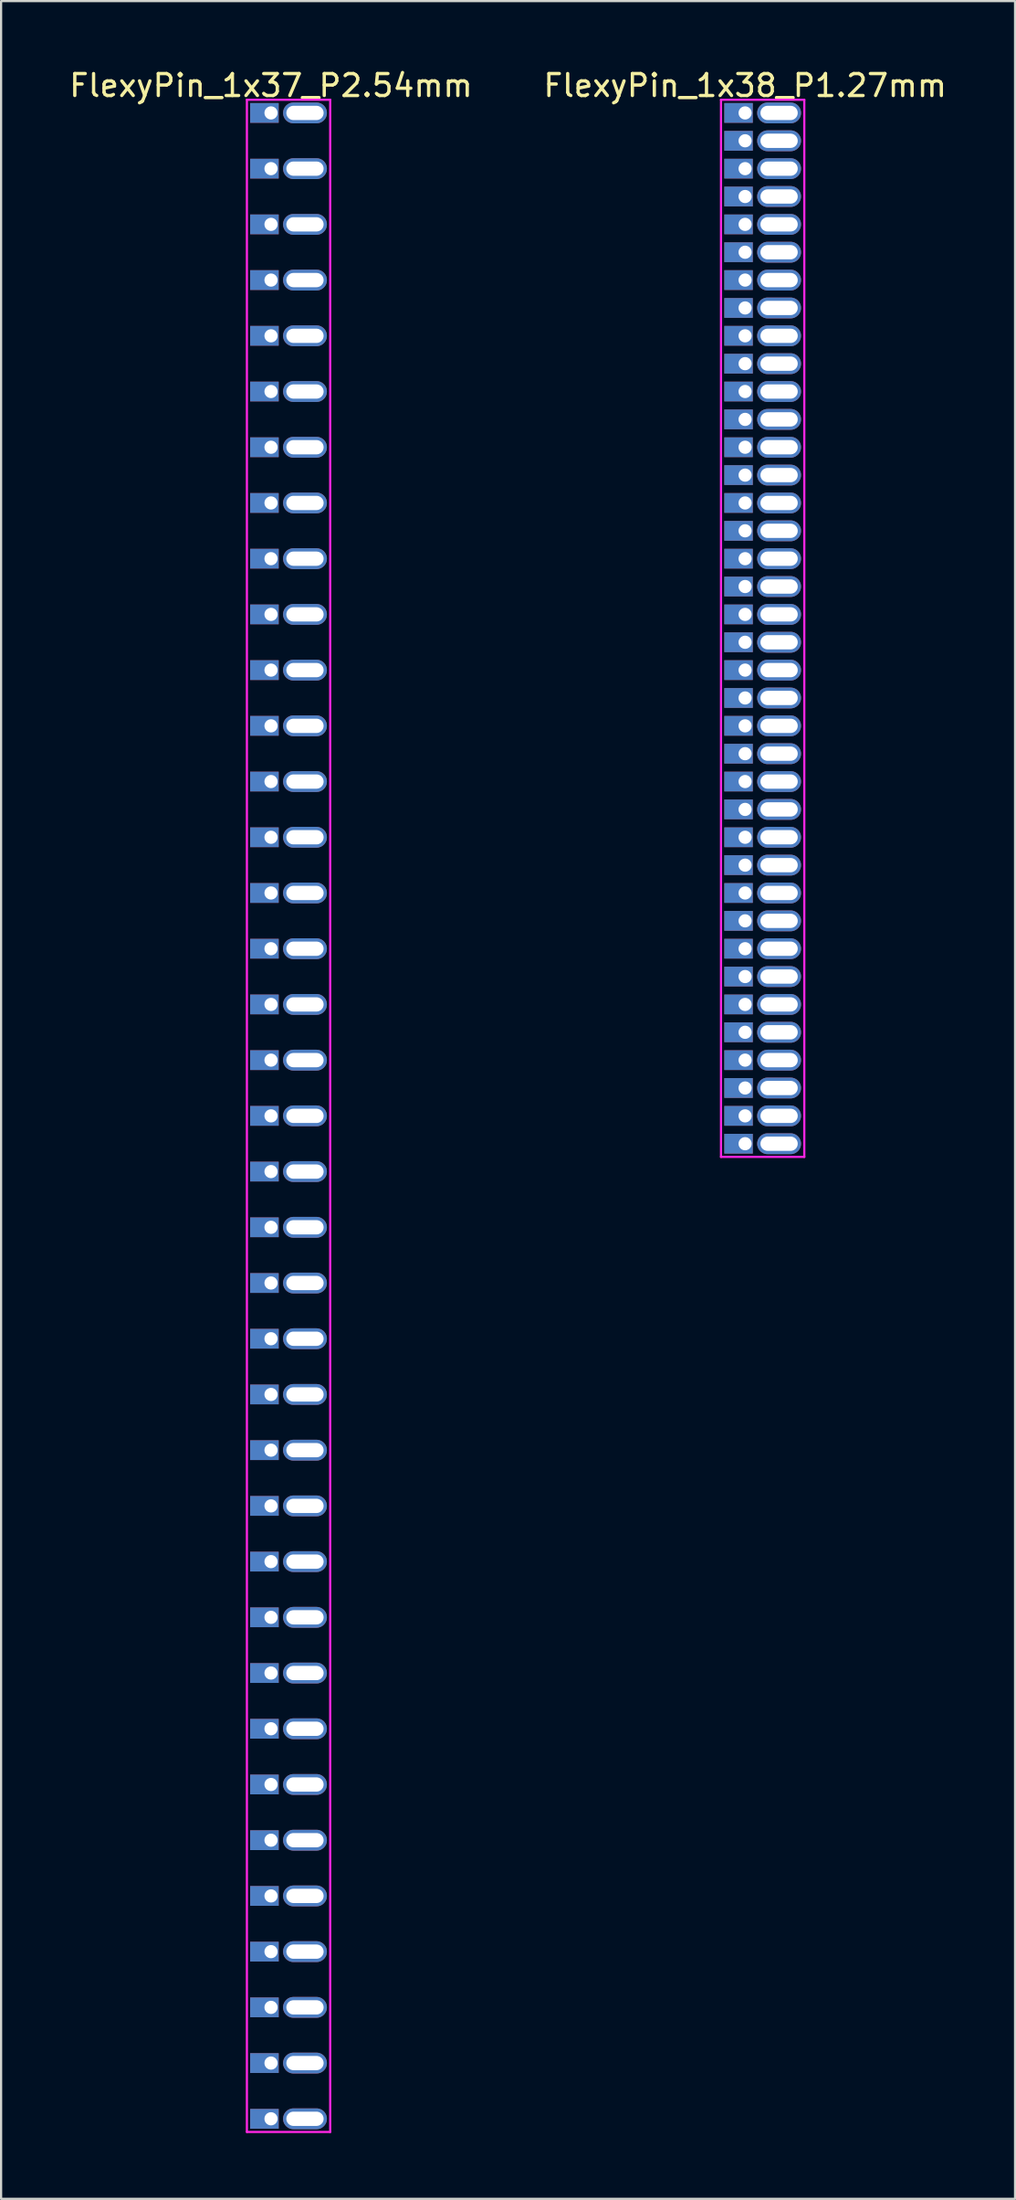
<source format=kicad_pcb>
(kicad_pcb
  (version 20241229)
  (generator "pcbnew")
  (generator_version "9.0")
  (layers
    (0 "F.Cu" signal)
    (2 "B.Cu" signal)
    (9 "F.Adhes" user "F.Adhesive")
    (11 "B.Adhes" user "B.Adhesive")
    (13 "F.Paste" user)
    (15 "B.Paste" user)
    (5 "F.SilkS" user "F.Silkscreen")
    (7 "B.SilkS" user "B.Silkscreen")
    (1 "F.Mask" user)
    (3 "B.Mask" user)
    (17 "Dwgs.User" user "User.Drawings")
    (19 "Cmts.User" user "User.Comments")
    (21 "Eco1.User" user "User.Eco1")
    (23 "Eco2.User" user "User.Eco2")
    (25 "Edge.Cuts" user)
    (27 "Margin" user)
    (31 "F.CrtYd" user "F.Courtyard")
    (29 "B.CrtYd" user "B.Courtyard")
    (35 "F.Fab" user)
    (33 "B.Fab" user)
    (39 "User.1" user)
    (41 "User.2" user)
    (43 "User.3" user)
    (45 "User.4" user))
  (footprint "FlexyPin_1x37_P2.54mm"
    (layer "F.Cu")
    (at 9.315 2.098)
    (property "Reference" "FlexyPin_1x37_P2.54mm" (at 0 -1.25 0) (layer "F.SilkS") (effects (font (size 1 1) (thickness 0.15))))
    (attr through_hole)
    (fp_line (start -1.1 -0.6) (end 2.7 -0.6) (stroke (width 0.1) (type solid)) (layer "F.CrtYd"))
    (fp_line (start -1.1 92.04) (end -1.1 -0.6) (stroke (width 0.1) (type solid)) (layer "F.CrtYd"))
    (fp_line (start 2.7 -0.6) (end 2.7 92.04) (stroke (width 0.1) (type solid)) (layer "F.CrtYd"))
    (fp_line (start 2.7 92.04) (end -1.1 92.04) (stroke (width 0.1) (type solid)) (layer "F.CrtYd"))
    (pad "" thru_hole oval (at 1.55 0) (size 2 0.95) (drill oval 1.7 0.65) (layers "*.Cu" "*.Mask"))
    (pad "" thru_hole oval (at 1.55 2.54) (size 2 0.95) (drill oval 1.7 0.65) (layers "*.Cu" "*.Mask"))
    (pad "" thru_hole oval (at 1.55 5.08) (size 2 0.95) (drill oval 1.7 0.65) (layers "*.Cu" "*.Mask"))
    (pad "" thru_hole oval (at 1.55 7.62) (size 2 0.95) (drill oval 1.7 0.65) (layers "*.Cu" "*.Mask"))
    (pad "" thru_hole oval (at 1.55 10.16) (size 2 0.95) (drill oval 1.7 0.65) (layers "*.Cu" "*.Mask"))
    (pad "" thru_hole oval (at 1.55 12.7) (size 2 0.95) (drill oval 1.7 0.65) (layers "*.Cu" "*.Mask"))
    (pad "" thru_hole oval (at 1.55 15.24) (size 2 0.95) (drill oval 1.7 0.65) (layers "*.Cu" "*.Mask"))
    (pad "" thru_hole oval (at 1.55 17.78) (size 2 0.95) (drill oval 1.7 0.65) (layers "*.Cu" "*.Mask"))
    (pad "" thru_hole oval (at 1.55 20.32) (size 2 0.95) (drill oval 1.7 0.65) (layers "*.Cu" "*.Mask"))
    (pad "" thru_hole oval (at 1.55 22.86) (size 2 0.95) (drill oval 1.7 0.65) (layers "*.Cu" "*.Mask"))
    (pad "" thru_hole oval (at 1.55 25.4) (size 2 0.95) (drill oval 1.7 0.65) (layers "*.Cu" "*.Mask"))
    (pad "" thru_hole oval (at 1.55 27.94) (size 2 0.95) (drill oval 1.7 0.65) (layers "*.Cu" "*.Mask"))
    (pad "" thru_hole oval (at 1.55 30.48) (size 2 0.95) (drill oval 1.7 0.65) (layers "*.Cu" "*.Mask"))
    (pad "" thru_hole oval (at 1.55 33.02) (size 2 0.95) (drill oval 1.7 0.65) (layers "*.Cu" "*.Mask"))
    (pad "" thru_hole oval (at 1.55 35.56) (size 2 0.95) (drill oval 1.7 0.65) (layers "*.Cu" "*.Mask"))
    (pad "" thru_hole oval (at 1.55 38.1) (size 2 0.95) (drill oval 1.7 0.65) (layers "*.Cu" "*.Mask"))
    (pad "" thru_hole oval (at 1.55 40.64) (size 2 0.95) (drill oval 1.7 0.65) (layers "*.Cu" "*.Mask"))
    (pad "" thru_hole oval (at 1.55 43.18) (size 2 0.95) (drill oval 1.7 0.65) (layers "*.Cu" "*.Mask"))
    (pad "" thru_hole oval (at 1.55 45.72) (size 2 0.95) (drill oval 1.7 0.65) (layers "*.Cu" "*.Mask"))
    (pad "" thru_hole oval (at 1.55 48.26) (size 2 0.95) (drill oval 1.7 0.65) (layers "*.Cu" "*.Mask"))
    (pad "" thru_hole oval (at 1.55 50.8) (size 2 0.95) (drill oval 1.7 0.65) (layers "*.Cu" "*.Mask"))
    (pad "" thru_hole oval (at 1.55 53.34) (size 2 0.95) (drill oval 1.7 0.65) (layers "*.Cu" "*.Mask"))
    (pad "" thru_hole oval (at 1.55 55.88) (size 2 0.95) (drill oval 1.7 0.65) (layers "*.Cu" "*.Mask"))
    (pad "" thru_hole oval (at 1.55 58.42) (size 2 0.95) (drill oval 1.7 0.65) (layers "*.Cu" "*.Mask"))
    (pad "" thru_hole oval (at 1.55 60.96) (size 2 0.95) (drill oval 1.7 0.65) (layers "*.Cu" "*.Mask"))
    (pad "" thru_hole oval (at 1.55 63.5) (size 2 0.95) (drill oval 1.7 0.65) (layers "*.Cu" "*.Mask"))
    (pad "" thru_hole oval (at 1.55 66.04) (size 2 0.95) (drill oval 1.7 0.65) (layers "*.Cu" "*.Mask"))
    (pad "" thru_hole oval (at 1.55 68.58) (size 2 0.95) (drill oval 1.7 0.65) (layers "*.Cu" "*.Mask"))
    (pad "" thru_hole oval (at 1.55 71.12) (size 2 0.95) (drill oval 1.7 0.65) (layers "*.Cu" "*.Mask"))
    (pad "" thru_hole oval (at 1.55 73.66) (size 2 0.95) (drill oval 1.7 0.65) (layers "*.Cu" "*.Mask"))
    (pad "" thru_hole oval (at 1.55 76.2) (size 2 0.95) (drill oval 1.7 0.65) (layers "*.Cu" "*.Mask"))
    (pad "" thru_hole oval (at 1.55 78.74) (size 2 0.95) (drill oval 1.7 0.65) (layers "*.Cu" "*.Mask"))
    (pad "" thru_hole oval (at 1.55 81.28) (size 2 0.95) (drill oval 1.7 0.65) (layers "*.Cu" "*.Mask"))
    (pad "" thru_hole oval (at 1.55 83.82) (size 2 0.95) (drill oval 1.7 0.65) (layers "*.Cu" "*.Mask"))
    (pad "" thru_hole oval (at 1.55 86.36) (size 2 0.95) (drill oval 1.7 0.65) (layers "*.Cu" "*.Mask"))
    (pad "" thru_hole oval (at 1.55 88.9) (size 2 0.95) (drill oval 1.7 0.65) (layers "*.Cu" "*.Mask"))
    (pad "" thru_hole oval (at 1.55 91.44) (size 2 0.95) (drill oval 1.7 0.65) (layers "*.Cu" "*.Mask"))
    (pad "1" thru_hole rect (at 0 0) (size 1.3 0.9) (drill 0.6 (offset -0.3 0)) (layers "*.Cu" "*.Mask"))
    (pad "2" thru_hole rect (at 0 2.54) (size 1.3 0.9) (drill 0.6 (offset -0.3 0)) (layers "*.Cu" "*.Mask"))
    (pad "3" thru_hole rect (at 0 5.08) (size 1.3 0.9) (drill 0.6 (offset -0.3 0)) (layers "*.Cu" "*.Mask"))
    (pad "4" thru_hole rect (at 0 7.62) (size 1.3 0.9) (drill 0.6 (offset -0.3 0)) (layers "*.Cu" "*.Mask"))
    (pad "5" thru_hole rect (at 0 10.16) (size 1.3 0.9) (drill 0.6 (offset -0.3 0)) (layers "*.Cu" "*.Mask"))
    (pad "6" thru_hole rect (at 0 12.7) (size 1.3 0.9) (drill 0.6 (offset -0.3 0)) (layers "*.Cu" "*.Mask"))
    (pad "7" thru_hole rect (at 0 15.24) (size 1.3 0.9) (drill 0.6 (offset -0.3 0)) (layers "*.Cu" "*.Mask"))
    (pad "8" thru_hole rect (at 0 17.78) (size 1.3 0.9) (drill 0.6 (offset -0.3 0)) (layers "*.Cu" "*.Mask"))
    (pad "9" thru_hole rect (at 0 20.32) (size 1.3 0.9) (drill 0.6 (offset -0.3 0)) (layers "*.Cu" "*.Mask"))
    (pad "10" thru_hole rect (at 0 22.86) (size 1.3 0.9) (drill 0.6 (offset -0.3 0)) (layers "*.Cu" "*.Mask"))
    (pad "11" thru_hole rect (at 0 25.4) (size 1.3 0.9) (drill 0.6 (offset -0.3 0)) (layers "*.Cu" "*.Mask"))
    (pad "12" thru_hole rect (at 0 27.94) (size 1.3 0.9) (drill 0.6 (offset -0.3 0)) (layers "*.Cu" "*.Mask"))
    (pad "13" thru_hole rect (at 0 30.48) (size 1.3 0.9) (drill 0.6 (offset -0.3 0)) (layers "*.Cu" "*.Mask"))
    (pad "14" thru_hole rect (at 0 33.02) (size 1.3 0.9) (drill 0.6 (offset -0.3 0)) (layers "*.Cu" "*.Mask"))
    (pad "15" thru_hole rect (at 0 35.56) (size 1.3 0.9) (drill 0.6 (offset -0.3 0)) (layers "*.Cu" "*.Mask"))
    (pad "16" thru_hole rect (at 0 38.1) (size 1.3 0.9) (drill 0.6 (offset -0.3 0)) (layers "*.Cu" "*.Mask"))
    (pad "17" thru_hole rect (at 0 40.64) (size 1.3 0.9) (drill 0.6 (offset -0.3 0)) (layers "*.Cu" "*.Mask"))
    (pad "18" thru_hole rect (at 0 43.18) (size 1.3 0.9) (drill 0.6 (offset -0.3 0)) (layers "*.Cu" "*.Mask"))
    (pad "19" thru_hole rect (at 0 45.72) (size 1.3 0.9) (drill 0.6 (offset -0.3 0)) (layers "*.Cu" "*.Mask"))
    (pad "20" thru_hole rect (at 0 48.26) (size 1.3 0.9) (drill 0.6 (offset -0.3 0)) (layers "*.Cu" "*.Mask"))
    (pad "21" thru_hole rect (at 0 50.8) (size 1.3 0.9) (drill 0.6 (offset -0.3 0)) (layers "*.Cu" "*.Mask"))
    (pad "22" thru_hole rect (at 0 53.34) (size 1.3 0.9) (drill 0.6 (offset -0.3 0)) (layers "*.Cu" "*.Mask"))
    (pad "23" thru_hole rect (at 0 55.88) (size 1.3 0.9) (drill 0.6 (offset -0.3 0)) (layers "*.Cu" "*.Mask"))
    (pad "24" thru_hole rect (at 0 58.42) (size 1.3 0.9) (drill 0.6 (offset -0.3 0)) (layers "*.Cu" "*.Mask"))
    (pad "25" thru_hole rect (at 0 60.96) (size 1.3 0.9) (drill 0.6 (offset -0.3 0)) (layers "*.Cu" "*.Mask"))
    (pad "26" thru_hole rect (at 0 63.5) (size 1.3 0.9) (drill 0.6 (offset -0.3 0)) (layers "*.Cu" "*.Mask"))
    (pad "27" thru_hole rect (at 0 66.04) (size 1.3 0.9) (drill 0.6 (offset -0.3 0)) (layers "*.Cu" "*.Mask"))
    (pad "28" thru_hole rect (at 0 68.58) (size 1.3 0.9) (drill 0.6 (offset -0.3 0)) (layers "*.Cu" "*.Mask"))
    (pad "29" thru_hole rect (at 0 71.12) (size 1.3 0.9) (drill 0.6 (offset -0.3 0)) (layers "*.Cu" "*.Mask"))
    (pad "30" thru_hole rect (at 0 73.66) (size 1.3 0.9) (drill 0.6 (offset -0.3 0)) (layers "*.Cu" "*.Mask"))
    (pad "31" thru_hole rect (at 0 76.2) (size 1.3 0.9) (drill 0.6 (offset -0.3 0)) (layers "*.Cu" "*.Mask"))
    (pad "32" thru_hole rect (at 0 78.74) (size 1.3 0.9) (drill 0.6 (offset -0.3 0)) (layers "*.Cu" "*.Mask"))
    (pad "33" thru_hole rect (at 0 81.28) (size 1.3 0.9) (drill 0.6 (offset -0.3 0)) (layers "*.Cu" "*.Mask"))
    (pad "34" thru_hole rect (at 0 83.82) (size 1.3 0.9) (drill 0.6 (offset -0.3 0)) (layers "*.Cu" "*.Mask"))
    (pad "35" thru_hole rect (at 0 86.36) (size 1.3 0.9) (drill 0.6 (offset -0.3 0)) (layers "*.Cu" "*.Mask"))
    (pad "36" thru_hole rect (at 0 88.9) (size 1.3 0.9) (drill 0.6 (offset -0.3 0)) (layers "*.Cu" "*.Mask"))
    (pad "37" thru_hole rect (at 0 91.44) (size 1.3 0.9) (drill 0.6 (offset -0.3 0)) (layers "*.Cu" "*.Mask")))
  (footprint "FlexyPin_1x38_P1.27mm"
    (layer "F.Cu")
    (at 30.946 2.098)
    (property "Reference" "FlexyPin_1x38_P1.27mm" (at 0 -1.25 0) (layer "F.SilkS") (effects (font (size 1 1) (thickness 0.15))))
    (attr through_hole)
    (fp_line (start -1.1 -0.6) (end 2.7 -0.6) (stroke (width 0.1) (type solid)) (layer "F.CrtYd"))
    (fp_line (start -1.1 47.59) (end -1.1 -0.6) (stroke (width 0.1) (type solid)) (layer "F.CrtYd"))
    (fp_line (start 2.7 -0.6) (end 2.7 47.59) (stroke (width 0.1) (type solid)) (layer "F.CrtYd"))
    (fp_line (start 2.7 47.59) (end -1.1 47.59) (stroke (width 0.1) (type solid)) (layer "F.CrtYd"))
    (pad "" thru_hole oval (at 1.55 0) (size 2 0.95) (drill oval 1.7 0.65) (layers "*.Cu" "*.Mask"))
    (pad "" thru_hole oval (at 1.55 1.27) (size 2 0.95) (drill oval 1.7 0.65) (layers "*.Cu" "*.Mask"))
    (pad "" thru_hole oval (at 1.55 2.54) (size 2 0.95) (drill oval 1.7 0.65) (layers "*.Cu" "*.Mask"))
    (pad "" thru_hole oval (at 1.55 3.81) (size 2 0.95) (drill oval 1.7 0.65) (layers "*.Cu" "*.Mask"))
    (pad "" thru_hole oval (at 1.55 5.08) (size 2 0.95) (drill oval 1.7 0.65) (layers "*.Cu" "*.Mask"))
    (pad "" thru_hole oval (at 1.55 6.35) (size 2 0.95) (drill oval 1.7 0.65) (layers "*.Cu" "*.Mask"))
    (pad "" thru_hole oval (at 1.55 7.62) (size 2 0.95) (drill oval 1.7 0.65) (layers "*.Cu" "*.Mask"))
    (pad "" thru_hole oval (at 1.55 8.89) (size 2 0.95) (drill oval 1.7 0.65) (layers "*.Cu" "*.Mask"))
    (pad "" thru_hole oval (at 1.55 10.16) (size 2 0.95) (drill oval 1.7 0.65) (layers "*.Cu" "*.Mask"))
    (pad "" thru_hole oval (at 1.55 11.43) (size 2 0.95) (drill oval 1.7 0.65) (layers "*.Cu" "*.Mask"))
    (pad "" thru_hole oval (at 1.55 12.7) (size 2 0.95) (drill oval 1.7 0.65) (layers "*.Cu" "*.Mask"))
    (pad "" thru_hole oval (at 1.55 13.97) (size 2 0.95) (drill oval 1.7 0.65) (layers "*.Cu" "*.Mask"))
    (pad "" thru_hole oval (at 1.55 15.24) (size 2 0.95) (drill oval 1.7 0.65) (layers "*.Cu" "*.Mask"))
    (pad "" thru_hole oval (at 1.55 16.51) (size 2 0.95) (drill oval 1.7 0.65) (layers "*.Cu" "*.Mask"))
    (pad "" thru_hole oval (at 1.55 17.78) (size 2 0.95) (drill oval 1.7 0.65) (layers "*.Cu" "*.Mask"))
    (pad "" thru_hole oval (at 1.55 19.05) (size 2 0.95) (drill oval 1.7 0.65) (layers "*.Cu" "*.Mask"))
    (pad "" thru_hole oval (at 1.55 20.32) (size 2 0.95) (drill oval 1.7 0.65) (layers "*.Cu" "*.Mask"))
    (pad "" thru_hole oval (at 1.55 21.59) (size 2 0.95) (drill oval 1.7 0.65) (layers "*.Cu" "*.Mask"))
    (pad "" thru_hole oval (at 1.55 22.86) (size 2 0.95) (drill oval 1.7 0.65) (layers "*.Cu" "*.Mask"))
    (pad "" thru_hole oval (at 1.55 24.13) (size 2 0.95) (drill oval 1.7 0.65) (layers "*.Cu" "*.Mask"))
    (pad "" thru_hole oval (at 1.55 25.4) (size 2 0.95) (drill oval 1.7 0.65) (layers "*.Cu" "*.Mask"))
    (pad "" thru_hole oval (at 1.55 26.67) (size 2 0.95) (drill oval 1.7 0.65) (layers "*.Cu" "*.Mask"))
    (pad "" thru_hole oval (at 1.55 27.94) (size 2 0.95) (drill oval 1.7 0.65) (layers "*.Cu" "*.Mask"))
    (pad "" thru_hole oval (at 1.55 29.21) (size 2 0.95) (drill oval 1.7 0.65) (layers "*.Cu" "*.Mask"))
    (pad "" thru_hole oval (at 1.55 30.48) (size 2 0.95) (drill oval 1.7 0.65) (layers "*.Cu" "*.Mask"))
    (pad "" thru_hole oval (at 1.55 31.75) (size 2 0.95) (drill oval 1.7 0.65) (layers "*.Cu" "*.Mask"))
    (pad "" thru_hole oval (at 1.55 33.02) (size 2 0.95) (drill oval 1.7 0.65) (layers "*.Cu" "*.Mask"))
    (pad "" thru_hole oval (at 1.55 34.29) (size 2 0.95) (drill oval 1.7 0.65) (layers "*.Cu" "*.Mask"))
    (pad "" thru_hole oval (at 1.55 35.56) (size 2 0.95) (drill oval 1.7 0.65) (layers "*.Cu" "*.Mask"))
    (pad "" thru_hole oval (at 1.55 36.83) (size 2 0.95) (drill oval 1.7 0.65) (layers "*.Cu" "*.Mask"))
    (pad "" thru_hole oval (at 1.55 38.1) (size 2 0.95) (drill oval 1.7 0.65) (layers "*.Cu" "*.Mask"))
    (pad "" thru_hole oval (at 1.55 39.37) (size 2 0.95) (drill oval 1.7 0.65) (layers "*.Cu" "*.Mask"))
    (pad "" thru_hole oval (at 1.55 40.64) (size 2 0.95) (drill oval 1.7 0.65) (layers "*.Cu" "*.Mask"))
    (pad "" thru_hole oval (at 1.55 41.91) (size 2 0.95) (drill oval 1.7 0.65) (layers "*.Cu" "*.Mask"))
    (pad "" thru_hole oval (at 1.55 43.18) (size 2 0.95) (drill oval 1.7 0.65) (layers "*.Cu" "*.Mask"))
    (pad "" thru_hole oval (at 1.55 44.45) (size 2 0.95) (drill oval 1.7 0.65) (layers "*.Cu" "*.Mask"))
    (pad "" thru_hole oval (at 1.55 45.72) (size 2 0.95) (drill oval 1.7 0.65) (layers "*.Cu" "*.Mask"))
    (pad "" thru_hole oval (at 1.55 46.99) (size 2 0.95) (drill oval 1.7 0.65) (layers "*.Cu" "*.Mask"))
    (pad "1" thru_hole rect (at 0 0) (size 1.3 0.9) (drill 0.6 (offset -0.3 0)) (layers "*.Cu" "*.Mask"))
    (pad "2" thru_hole rect (at 0 1.27) (size 1.3 0.9) (drill 0.6 (offset -0.3 0)) (layers "*.Cu" "*.Mask"))
    (pad "3" thru_hole rect (at 0 2.54) (size 1.3 0.9) (drill 0.6 (offset -0.3 0)) (layers "*.Cu" "*.Mask"))
    (pad "4" thru_hole rect (at 0 3.81) (size 1.3 0.9) (drill 0.6 (offset -0.3 0)) (layers "*.Cu" "*.Mask"))
    (pad "5" thru_hole rect (at 0 5.08) (size 1.3 0.9) (drill 0.6 (offset -0.3 0)) (layers "*.Cu" "*.Mask"))
    (pad "6" thru_hole rect (at 0 6.35) (size 1.3 0.9) (drill 0.6 (offset -0.3 0)) (layers "*.Cu" "*.Mask"))
    (pad "7" thru_hole rect (at 0 7.62) (size 1.3 0.9) (drill 0.6 (offset -0.3 0)) (layers "*.Cu" "*.Mask"))
    (pad "8" thru_hole rect (at 0 8.89) (size 1.3 0.9) (drill 0.6 (offset -0.3 0)) (layers "*.Cu" "*.Mask"))
    (pad "9" thru_hole rect (at 0 10.16) (size 1.3 0.9) (drill 0.6 (offset -0.3 0)) (layers "*.Cu" "*.Mask"))
    (pad "10" thru_hole rect (at 0 11.43) (size 1.3 0.9) (drill 0.6 (offset -0.3 0)) (layers "*.Cu" "*.Mask"))
    (pad "11" thru_hole rect (at 0 12.7) (size 1.3 0.9) (drill 0.6 (offset -0.3 0)) (layers "*.Cu" "*.Mask"))
    (pad "12" thru_hole rect (at 0 13.97) (size 1.3 0.9) (drill 0.6 (offset -0.3 0)) (layers "*.Cu" "*.Mask"))
    (pad "13" thru_hole rect (at 0 15.24) (size 1.3 0.9) (drill 0.6 (offset -0.3 0)) (layers "*.Cu" "*.Mask"))
    (pad "14" thru_hole rect (at 0 16.51) (size 1.3 0.9) (drill 0.6 (offset -0.3 0)) (layers "*.Cu" "*.Mask"))
    (pad "15" thru_hole rect (at 0 17.78) (size 1.3 0.9) (drill 0.6 (offset -0.3 0)) (layers "*.Cu" "*.Mask"))
    (pad "16" thru_hole rect (at 0 19.05) (size 1.3 0.9) (drill 0.6 (offset -0.3 0)) (layers "*.Cu" "*.Mask"))
    (pad "17" thru_hole rect (at 0 20.32) (size 1.3 0.9) (drill 0.6 (offset -0.3 0)) (layers "*.Cu" "*.Mask"))
    (pad "18" thru_hole rect (at 0 21.59) (size 1.3 0.9) (drill 0.6 (offset -0.3 0)) (layers "*.Cu" "*.Mask"))
    (pad "19" thru_hole rect (at 0 22.86) (size 1.3 0.9) (drill 0.6 (offset -0.3 0)) (layers "*.Cu" "*.Mask"))
    (pad "20" thru_hole rect (at 0 24.13) (size 1.3 0.9) (drill 0.6 (offset -0.3 0)) (layers "*.Cu" "*.Mask"))
    (pad "21" thru_hole rect (at 0 25.4) (size 1.3 0.9) (drill 0.6 (offset -0.3 0)) (layers "*.Cu" "*.Mask"))
    (pad "22" thru_hole rect (at 0 26.67) (size 1.3 0.9) (drill 0.6 (offset -0.3 0)) (layers "*.Cu" "*.Mask"))
    (pad "23" thru_hole rect (at 0 27.94) (size 1.3 0.9) (drill 0.6 (offset -0.3 0)) (layers "*.Cu" "*.Mask"))
    (pad "24" thru_hole rect (at 0 29.21) (size 1.3 0.9) (drill 0.6 (offset -0.3 0)) (layers "*.Cu" "*.Mask"))
    (pad "25" thru_hole rect (at 0 30.48) (size 1.3 0.9) (drill 0.6 (offset -0.3 0)) (layers "*.Cu" "*.Mask"))
    (pad "26" thru_hole rect (at 0 31.75) (size 1.3 0.9) (drill 0.6 (offset -0.3 0)) (layers "*.Cu" "*.Mask"))
    (pad "27" thru_hole rect (at 0 33.02) (size 1.3 0.9) (drill 0.6 (offset -0.3 0)) (layers "*.Cu" "*.Mask"))
    (pad "28" thru_hole rect (at 0 34.29) (size 1.3 0.9) (drill 0.6 (offset -0.3 0)) (layers "*.Cu" "*.Mask"))
    (pad "29" thru_hole rect (at 0 35.56) (size 1.3 0.9) (drill 0.6 (offset -0.3 0)) (layers "*.Cu" "*.Mask"))
    (pad "30" thru_hole rect (at 0 36.83) (size 1.3 0.9) (drill 0.6 (offset -0.3 0)) (layers "*.Cu" "*.Mask"))
    (pad "31" thru_hole rect (at 0 38.1) (size 1.3 0.9) (drill 0.6 (offset -0.3 0)) (layers "*.Cu" "*.Mask"))
    (pad "32" thru_hole rect (at 0 39.37) (size 1.3 0.9) (drill 0.6 (offset -0.3 0)) (layers "*.Cu" "*.Mask"))
    (pad "33" thru_hole rect (at 0 40.64) (size 1.3 0.9) (drill 0.6 (offset -0.3 0)) (layers "*.Cu" "*.Mask"))
    (pad "34" thru_hole rect (at 0 41.91) (size 1.3 0.9) (drill 0.6 (offset -0.3 0)) (layers "*.Cu" "*.Mask"))
    (pad "35" thru_hole rect (at 0 43.18) (size 1.3 0.9) (drill 0.6 (offset -0.3 0)) (layers "*.Cu" "*.Mask"))
    (pad "36" thru_hole rect (at 0 44.45) (size 1.3 0.9) (drill 0.6 (offset -0.3 0)) (layers "*.Cu" "*.Mask"))
    (pad "37" thru_hole rect (at 0 45.72) (size 1.3 0.9) (drill 0.6 (offset -0.3 0)) (layers "*.Cu" "*.Mask"))
    (pad "38" thru_hole rect (at 0 46.99) (size 1.3 0.9) (drill 0.6 (offset -0.3 0)) (layers "*.Cu" "*.Mask")))
  (gr_rect
    (start -3 -3)
    (end 43.262 97.188)
    (stroke (width 0.1) (type default))
    (fill no)
    (layer "Edge.Cuts")))
</source>
